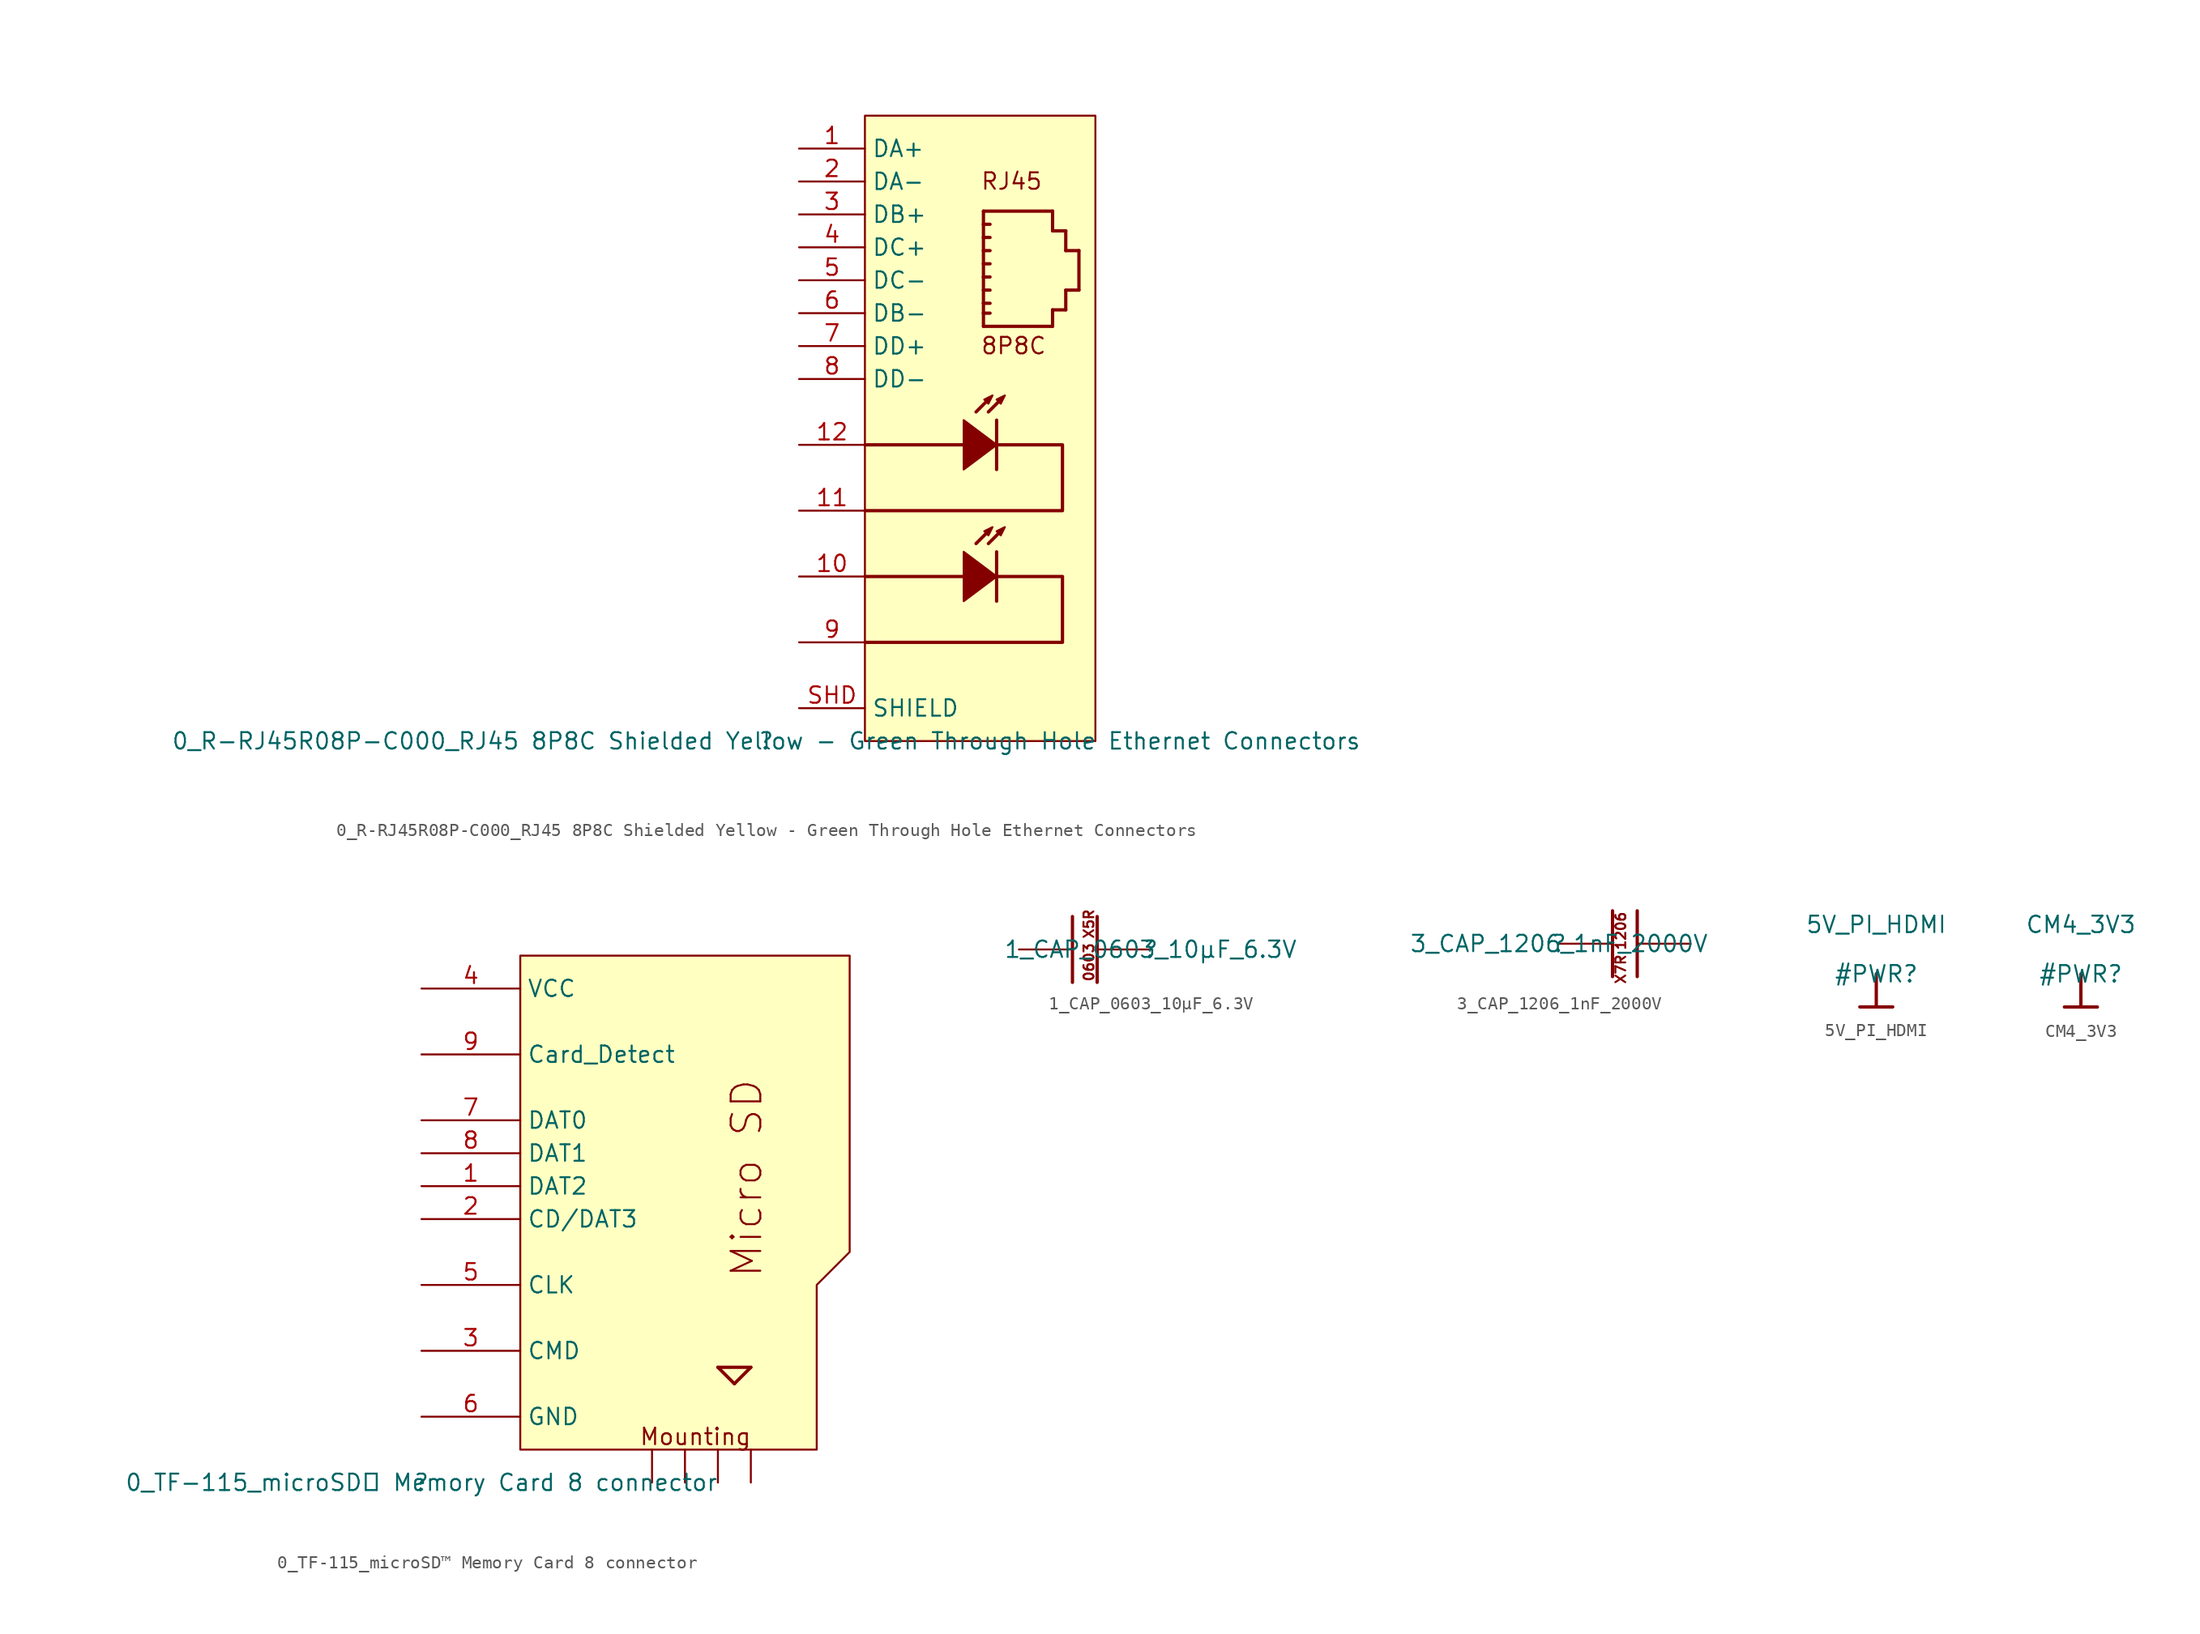
<source format=kicad_sym>
(kicad_symbol_lib
  (version 20211014)
  (generator kicad_symbol_editor)
  (symbol "0_R-RJ45R08P-C000_RJ45 8P8C Shielded Yellow - Green Through Hole Ethernet Connectors"
    (property "Reference" ""
      (at 0 0 0)
      (effects (font (size 1.27 1.27))))
    (property "Value" "0_R-RJ45R08P-C000_RJ45 8P8C Shielded Yellow - Green Through Hole Ethernet Connectors"
      (at 0 0 0)
      (effects (font (size 1.27 1.27))))
    (symbol "0_R-RJ45R08P-C000_RJ45 8P8C Shielded Yellow - Green Through Hole Ethernet Connectors_1_0"
      (polyline (pts (xy 7.62 12.7) (xy 15.24 12.7)) (stroke (width 0.254) (type default) (color 0 0 0 0)) (fill (type none)))
      (polyline (pts (xy 7.62 22.86) (xy 15.24 22.86)) (stroke (width 0.254) (type default) (color 0 0 0 0)) (fill (type none)))
      (polyline (pts (xy 16.193 15.24) (xy 17.145 16.193)) (stroke (width 0.254) (type default) (color 0 0 0 0)) (fill (type none)))
      (polyline (pts (xy 16.193 25.4) (xy 17.145 26.353)) (stroke (width 0.254) (type default) (color 0 0 0 0)) (fill (type none)))
      (polyline (pts (xy 16.764 32.004) (xy 22.098 32.004)) (stroke (width 0.254) (type default) (color 0 0 0 0)) (fill (type none)))
      (polyline (pts (xy 16.764 33.02) (xy 16.764 32.004)) (stroke (width 0.254) (type default) (color 0 0 0 0)) (fill (type none)))
      (polyline (pts (xy 16.764 33.02) (xy 17.272 33.02)) (stroke (width 0.254) (type default) (color 0 0 0 0)) (fill (type none)))
      (polyline (pts (xy 16.764 33.782) (xy 16.764 33.02)) (stroke (width 0.254) (type default) (color 0 0 0 0)) (fill (type none)))
      (polyline (pts (xy 16.764 33.782) (xy 17.272 33.782)) (stroke (width 0.254) (type default) (color 0 0 0 0)) (fill (type none)))
      (polyline (pts (xy 16.764 34.798) (xy 16.764 33.782)) (stroke (width 0.254) (type default) (color 0 0 0 0)) (fill (type none)))
      (polyline (pts (xy 16.764 34.798) (xy 17.272 34.798)) (stroke (width 0.254) (type default) (color 0 0 0 0)) (fill (type none)))
      (polyline (pts (xy 16.764 35.814) (xy 16.764 34.798)) (stroke (width 0.254) (type default) (color 0 0 0 0)) (fill (type none)))
      (polyline (pts (xy 16.764 35.814) (xy 17.272 35.814)) (stroke (width 0.254) (type default) (color 0 0 0 0)) (fill (type none)))
      (polyline (pts (xy 16.764 36.83) (xy 16.764 35.814)) (stroke (width 0.254) (type default) (color 0 0 0 0)) (fill (type none)))
      (polyline (pts (xy 16.764 36.83) (xy 17.272 36.83)) (stroke (width 0.254) (type default) (color 0 0 0 0)) (fill (type none)))
      (polyline (pts (xy 16.764 37.846) (xy 16.764 36.83)) (stroke (width 0.254) (type default) (color 0 0 0 0)) (fill (type none)))
      (polyline (pts (xy 16.764 37.846) (xy 17.272 37.846)) (stroke (width 0.254) (type default) (color 0 0 0 0)) (fill (type none)))
      (polyline (pts (xy 16.764 38.862) (xy 16.764 37.846)) (stroke (width 0.254) (type default) (color 0 0 0 0)) (fill (type none)))
      (polyline (pts (xy 16.764 38.862) (xy 17.272 38.862)) (stroke (width 0.254) (type default) (color 0 0 0 0)) (fill (type none)))
      (polyline (pts (xy 16.764 39.878) (xy 16.764 38.862)) (stroke (width 0.254) (type default) (color 0 0 0 0)) (fill (type none)))
      (polyline (pts (xy 16.764 39.878) (xy 17.272 39.878)) (stroke (width 0.254) (type default) (color 0 0 0 0)) (fill (type none)))
      (polyline (pts (xy 16.764 40.894) (xy 16.764 39.878)) (stroke (width 0.254) (type default) (color 0 0 0 0)) (fill (type none)))
      (polyline (pts (xy 16.764 40.894) (xy 22.098 40.894)) (stroke (width 0.254) (type default) (color 0 0 0 0)) (fill (type none)))
      (polyline (pts (xy 17.145 15.24) (xy 18.098 16.193)) (stroke (width 0.254) (type default) (color 0 0 0 0)) (fill (type none)))
      (polyline (pts (xy 17.145 25.4) (xy 18.098 26.353)) (stroke (width 0.254) (type default) (color 0 0 0 0)) (fill (type none)))
      (polyline (pts (xy 17.78 10.795) (xy 17.78 14.605)) (stroke (width 0.254) (type default) (color 0 0 0 0)) (fill (type none)))
      (polyline (pts (xy 17.78 20.955) (xy 17.78 24.765)) (stroke (width 0.254) (type default) (color 0 0 0 0)) (fill (type none)))
      (polyline (pts (xy 22.098 32.004) (xy 22.098 33.274)) (stroke (width 0.254) (type default) (color 0 0 0 0)) (fill (type none)))
      (polyline (pts (xy 22.098 33.274) (xy 23.114 33.274)) (stroke (width 0.254) (type default) (color 0 0 0 0)) (fill (type none)))
      (polyline (pts (xy 22.098 39.37) (xy 23.114 39.37)) (stroke (width 0.254) (type default) (color 0 0 0 0)) (fill (type none)))
      (polyline (pts (xy 22.098 40.894) (xy 22.098 39.37)) (stroke (width 0.254) (type default) (color 0 0 0 0)) (fill (type none)))
      (polyline (pts (xy 23.114 33.274) (xy 23.114 34.798)) (stroke (width 0.254) (type default) (color 0 0 0 0)) (fill (type none)))
      (polyline (pts (xy 23.114 34.798) (xy 24.13 34.798)) (stroke (width 0.254) (type default) (color 0 0 0 0)) (fill (type none)))
      (polyline (pts (xy 23.114 37.846) (xy 24.13 37.846)) (stroke (width 0.254) (type default) (color 0 0 0 0)) (fill (type none)))
      (polyline (pts (xy 23.114 39.37) (xy 23.114 37.846)) (stroke (width 0.254) (type default) (color 0 0 0 0)) (fill (type none)))
      (polyline (pts (xy 24.13 34.798) (xy 24.13 37.846)) (stroke (width 0.254) (type default) (color 0 0 0 0)) (fill (type none)))
      (polyline (pts (xy 7.62 7.62) (xy 22.86 7.62) (xy 22.86 12.7) (xy 17.78 12.7)) (stroke (width 0.254) (type default) (color 0 0 0 0)) (fill (type none)))
      (polyline (pts (xy 7.62 17.78) (xy 22.86 17.78) (xy 22.86 22.86) (xy 17.78 22.86)) (stroke (width 0.254) (type default) (color 0 0 0 0)) (fill (type none)))
      (polyline (pts (xy 15.24 14.605) (xy 15.24 10.795) (xy 17.78 12.7) (xy 15.24 14.605)) (stroke (width 0) (type default) (color 0 0 0 0)) (fill (type outline)))
      (polyline (pts (xy 15.24 24.765) (xy 15.24 20.955) (xy 17.78 22.86) (xy 15.24 24.765)) (stroke (width 0) (type default) (color 0 0 0 0)) (fill (type outline)))
      (polyline (pts (xy 17.463 16.51) (xy 17.145 15.875) (xy 16.828 16.193) (xy 17.463 16.51)) (stroke (width 0) (type default) (color 0 0 0 0)) (fill (type outline)))
      (polyline (pts (xy 17.463 26.67) (xy 17.145 26.035) (xy 16.828 26.353) (xy 17.463 26.67)) (stroke (width 0) (type default) (color 0 0 0 0)) (fill (type outline)))
      (polyline (pts (xy 18.415 16.51) (xy 18.098 15.875) (xy 17.78 16.193) (xy 18.415 16.51)) (stroke (width 0) (type default) (color 0 0 0 0)) (fill (type outline)))
      (polyline (pts (xy 18.415 26.67) (xy 18.098 26.035) (xy 17.78 26.353) (xy 18.415 26.67)) (stroke (width 0) (type default) (color 0 0 0 0)) (fill (type outline)))
      (rectangle (start 25.4 48.26) (end 7.62 0) (stroke (width 0) (type default) (color 0 0 0 0)) (fill (type background)))
      (text "8P8C" (at 16.51 31.242 0) (effects (font (size 1.27 1.27)) (justify left top)))
      (text "RJ45" (at 16.51 43.942 0) (effects (font (size 1.27 1.27)) (justify left top)))
      (pin passive line (at 2.54 45.72 0) (length 5.08) (name "DA+" (effects (font (size 1.27 1.27)))) (number "1" (effects (font (size 1.27 1.27)))))
      (pin passive line (at 2.54 12.7 0) (length 5.08) (name "10" (effects (font (size 0 0)))) (number "10" (effects (font (size 1.27 1.27)))))
      (pin passive line (at 2.54 17.78 0) (length 5.08) (name "11" (effects (font (size 0 0)))) (number "11" (effects (font (size 1.27 1.27)))))
      (pin passive line (at 2.54 22.86 0) (length 5.08) (name "12" (effects (font (size 0 0)))) (number "12" (effects (font (size 1.27 1.27)))))
      (pin passive line (at 2.54 43.18 0) (length 5.08) (name "DA-" (effects (font (size 1.27 1.27)))) (number "2" (effects (font (size 1.27 1.27)))))
      (pin passive line (at 2.54 40.64 0) (length 5.08) (name "DB+" (effects (font (size 1.27 1.27)))) (number "3" (effects (font (size 1.27 1.27)))))
      (pin passive line (at 2.54 38.1 0) (length 5.08) (name "DC+" (effects (font (size 1.27 1.27)))) (number "4" (effects (font (size 1.27 1.27)))))
      (pin passive line (at 2.54 35.56 0) (length 5.08) (name "DC-" (effects (font (size 1.27 1.27)))) (number "5" (effects (font (size 1.27 1.27)))))
      (pin passive line (at 2.54 33.02 0) (length 5.08) (name "DB-" (effects (font (size 1.27 1.27)))) (number "6" (effects (font (size 1.27 1.27)))))
      (pin passive line (at 2.54 30.48 0) (length 5.08) (name "DD+" (effects (font (size 1.27 1.27)))) (number "7" (effects (font (size 1.27 1.27)))))
      (pin passive line (at 2.54 27.94 0) (length 5.08) (name "DD-" (effects (font (size 1.27 1.27)))) (number "8" (effects (font (size 1.27 1.27)))))
      (pin passive line (at 2.54 7.62 0) (length 5.08) (name "9" (effects (font (size 0 0)))) (number "9" (effects (font (size 1.27 1.27)))))
      (pin passive line (at 2.54 2.54 0) (length 5.08) (name "SHIELD" (effects (font (size 1.27 1.27)))) (number "SHD" (effects (font (size 1.27 1.27)))))))
  (symbol "0_TF-115_microSD™ Memory Card 8 connector"
    (property "Reference" ""
      (at 0 0 0)
      (effects (font (size 1.27 1.27))))
    (property "Value" "0_TF-115_microSD™ Memory Card 8 connector"
      (at 0 0 0)
      (effects (font (size 1.27 1.27))))
    (symbol "0_TF-115_microSD™ Memory Card 8 connector_1_0"
      (polyline (pts (xy 22.86 8.89) (xy 25.4 8.89)) (stroke (width 0.254) (type default) (color 0 0 0 0)) (fill (type none)))
      (polyline (pts (xy 24.13 7.62) (xy 22.86 8.89)) (stroke (width 0.254) (type default) (color 0 0 0 0)) (fill (type none)))
      (polyline (pts (xy 25.4 8.89) (xy 24.13 7.62)) (stroke (width 0.254) (type default) (color 0 0 0 0)) (fill (type none)))
      (polyline (pts (xy 7.62 2.54) (xy 7.62 40.64) (xy 33.02 40.64) (xy 33.02 17.78) (xy 30.48 15.24) (xy 30.48 2.54) (xy 7.62 2.54)) (stroke (width 0) (type default) (color 0 0 0 0)) (fill (type background)))
      (text "Micro SD" (at 26.416 31.242 900) (effects (font (size 2.286 2.286)) (justify right bottom)))
      (text "Mounting" (at 16.764 2.794 0) (effects (font (size 1.27 1.27)) (justify left bottom)))
      (pin passive line (at 0 22.86 0) (length 7.62) (name "DAT2" (effects (font (size 1.27 1.27)))) (number "1" (effects (font (size 1.27 1.27)))))
      (pin passive line (at 17.78 0 90) (length 2.54) (name "10" (effects (font (size 0 0)))) (number "10" (effects (font (size 0 0)))))
      (pin passive line (at 20.32 0 90) (length 2.54) (name "11" (effects (font (size 0 0)))) (number "11" (effects (font (size 0 0)))))
      (pin passive line (at 22.86 0 90) (length 2.54) (name "12" (effects (font (size 0 0)))) (number "12" (effects (font (size 0 0)))))
      (pin passive line (at 25.4 0 90) (length 2.54) (name "13" (effects (font (size 0 0)))) (number "13" (effects (font (size 0 0)))))
      (pin passive line (at 0 20.32 0) (length 7.62) (name "CD/DAT3" (effects (font (size 1.27 1.27)))) (number "2" (effects (font (size 1.27 1.27)))))
      (pin passive line (at 0 10.16 0) (length 7.62) (name "CMD" (effects (font (size 1.27 1.27)))) (number "3" (effects (font (size 1.27 1.27)))))
      (pin passive line (at 0 38.1 0) (length 7.62) (name "VCC" (effects (font (size 1.27 1.27)))) (number "4" (effects (font (size 1.27 1.27)))))
      (pin passive line (at 0 15.24 0) (length 7.62) (name "CLK" (effects (font (size 1.27 1.27)))) (number "5" (effects (font (size 1.27 1.27)))))
      (pin passive line (at 0 5.08 0) (length 7.62) (name "GND" (effects (font (size 1.27 1.27)))) (number "6" (effects (font (size 1.27 1.27)))))
      (pin passive line (at 0 27.94 0) (length 7.62) (name "DAT0" (effects (font (size 1.27 1.27)))) (number "7" (effects (font (size 1.27 1.27)))))
      (pin passive line (at 0 25.4 0) (length 7.62) (name "DAT1" (effects (font (size 1.27 1.27)))) (number "8" (effects (font (size 1.27 1.27)))))
      (pin passive line (at 0 33.02 0) (length 7.62) (name "Card_Detect" (effects (font (size 1.27 1.27)))) (number "9" (effects (font (size 1.27 1.27)))))))
  (symbol "1_CAP_0603_10µF_6.3V"
    (property "Reference" ""
      (at 0 0 0)
      (effects (font (size 1.27 1.27))))
    (property "Value" "1_CAP_0603_10µF_6.3V"
      (at 0 0 0)
      (effects (font (size 1.27 1.27))))
    (symbol "1_CAP_0603_10µF_6.3V_1_0"
      (polyline (pts (xy -6.032 -2.54) (xy -6.032 2.54)) (stroke (width 0.254) (type default) (color 0 0 0 0)) (fill (type none)))
      (polyline (pts (xy -4.127 -2.54) (xy -4.127 2.54)) (stroke (width 0.254) (type default) (color 0 0 0 0)) (fill (type none)))
      (text "0603" (at -4.318 -2.54 900) (effects (font (size 0.762 0.762)) (justify left bottom)))
      (text "X5R" (at -4.318 0.762 900) (effects (font (size 0.762 0.762)) (justify left bottom)))
      (pin passive line (at -10.16 0 0) (length 4.064) (name "1" (effects (font (size 0 0)))) (number "1" (effects (font (size 0 0)))))
      (pin passive line (at 0 0 180) (length 4.064) (name "2" (effects (font (size 0 0)))) (number "2" (effects (font (size 0 0)))))))
  (symbol "3_CAP_1206_1nF_2000V"
    (property "Reference" ""
      (at 0 0 0)
      (effects (font (size 1.27 1.27))))
    (property "Value" "3_CAP_1206_1nF_2000V"
      (at 0 0 0)
      (effects (font (size 1.27 1.27))))
    (symbol "3_CAP_1206_1nF_2000V_1_0"
      (polyline (pts (xy 4.128 2.54) (xy 4.128 -2.54)) (stroke (width 0.254) (type default) (color 0 0 0 0)) (fill (type none)))
      (polyline (pts (xy 6.033 2.54) (xy 6.033 -2.54)) (stroke (width 0.254) (type default) (color 0 0 0 0)) (fill (type none)))
      (text "1206" (at 4.318 2.54 900) (effects (font (size 0.762 0.762)) (justify right top)))
      (text "X7R" (at 4.318 -0.762 900) (effects (font (size 0.762 0.762)) (justify right top)))
      (pin passive line (at 10.16 0 180) (length 4.064) (name "1" (effects (font (size 0 0)))) (number "1" (effects (font (size 0 0)))))
      (pin passive line (at 0 0 0) (length 4.064) (name "2" (effects (font (size 0 0)))) (number "2" (effects (font (size 0 0)))))))
  (symbol "5V_PI_HDMI"
    (power)
    (property "Reference" "#PWR"
      (at 0 0 0)
      (effects (font (size 1.27 1.27))))
    (property "Value" "5V_PI_HDMI"
      (at 0 3.81 0)
      (effects (font (size 1.27 1.27))))
    (symbol "5V_PI_HDMI_0_0"
      (polyline (pts (xy -1.27 -2.54) (xy 1.27 -2.54)) (stroke (width 0.254) (type default) (color 0 0 0 0)) (fill (type none)))
      (polyline (pts (xy 0 0) (xy 0 -2.54)) (stroke (width 0.254) (type default) (color 0 0 0 0)) (fill (type none)))
      (pin power_in line (at 0 0 0) (length 0) hide (name "5V_PI_HDMI" (effects (font (size 1.27 1.27)))) (number "" (effects (font (size 1.27 1.27)))))))
  (symbol "CM4_3V3"
    (power)
    (property "Reference" "#PWR"
      (at 0 0 0)
      (effects (font (size 1.27 1.27))))
    (property "Value" "CM4_3V3"
      (at 0 3.81 0)
      (effects (font (size 1.27 1.27))))
    (symbol "CM4_3V3_0_0"
      (polyline (pts (xy -1.27 -2.54) (xy 1.27 -2.54)) (stroke (width 0.254) (type default) (color 0 0 0 0)) (fill (type none)))
      (polyline (pts (xy 0 0) (xy 0 -2.54)) (stroke (width 0.254) (type default) (color 0 0 0 0)) (fill (type none)))
      (pin power_in line (at 0 0 0) (length 0) hide (name "CM4_3V3" (effects (font (size 1.27 1.27)))) (number "" (effects (font (size 1.27 1.27))))))))
</source>
